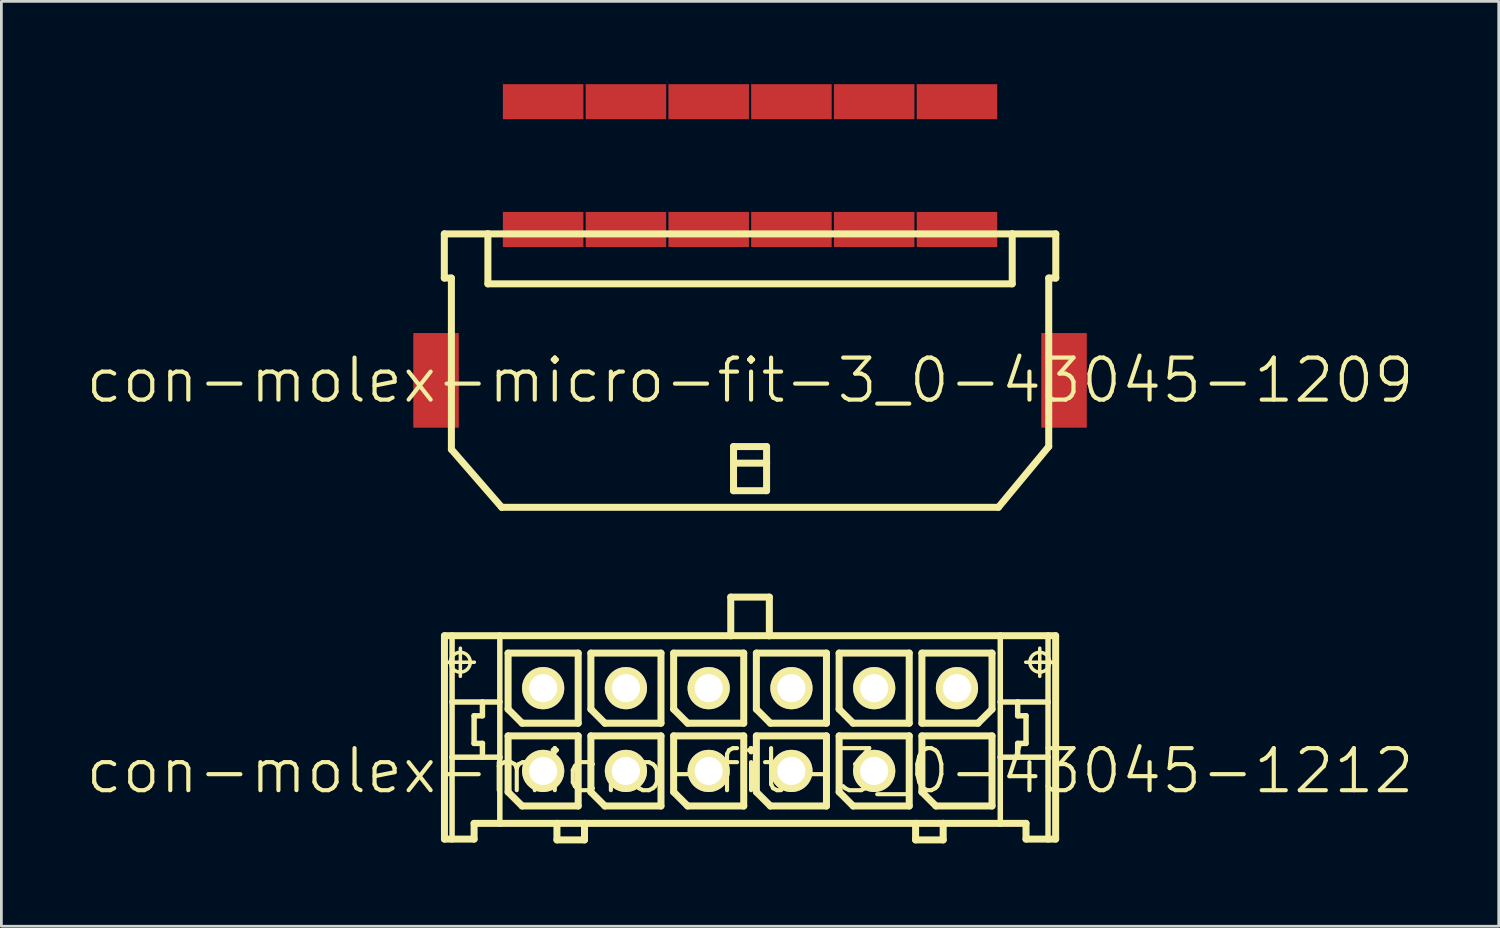
<source format=kicad_pcb>
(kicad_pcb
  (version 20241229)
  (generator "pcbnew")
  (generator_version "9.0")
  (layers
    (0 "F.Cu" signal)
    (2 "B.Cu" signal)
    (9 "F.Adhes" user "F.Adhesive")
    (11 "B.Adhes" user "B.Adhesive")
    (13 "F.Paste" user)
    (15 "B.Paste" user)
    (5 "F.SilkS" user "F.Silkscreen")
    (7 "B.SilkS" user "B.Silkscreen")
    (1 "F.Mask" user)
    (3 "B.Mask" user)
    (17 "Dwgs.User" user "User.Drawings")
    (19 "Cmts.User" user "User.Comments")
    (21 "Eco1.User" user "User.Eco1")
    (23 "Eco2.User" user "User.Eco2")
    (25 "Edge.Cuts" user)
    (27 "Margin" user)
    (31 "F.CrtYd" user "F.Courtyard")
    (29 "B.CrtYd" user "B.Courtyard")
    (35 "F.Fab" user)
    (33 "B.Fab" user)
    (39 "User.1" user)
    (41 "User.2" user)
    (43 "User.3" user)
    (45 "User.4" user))
  (footprint "con-molex-micro-fit-3_0-43045-1209"
    (layer "F.Cu")
    (at 24.13 10.734)
    (property "Reference" "con-molex-micro-fit-3_0-43045-1209" (at 0 0 0) (layer "F.SilkS") (effects (font (size 1.524 1.524) (thickness 0.15))))
    (attr smd)
    (fp_line (start -11.079 -5.309) (end -11.079 -3.708) (stroke (width 0.254) (type solid)) (layer "F.SilkS"))
    (fp_line (start -11.079 -3.708) (end -10.823 -3.708) (stroke (width 0.254) (type solid)) (layer "F.SilkS"))
    (fp_line (start -10.823 2.499) (end -10.823 -3.708) (stroke (width 0.254) (type solid)) (layer "F.SilkS"))
    (fp_line (start -10.823 2.499) (end -8.999 4.6) (stroke (width 0.254) (type solid)) (layer "F.SilkS"))
    (fp_line (start -9.5 -5.309) (end -11.079 -5.309) (stroke (width 0.254) (type solid)) (layer "F.SilkS"))
    (fp_line (start -9.5 -5.309) (end -9.5 -3.498) (stroke (width 0.254) (type solid)) (layer "F.SilkS"))
    (fp_line (start -9.5 -5.309) (end 9.5 -5.309) (stroke (width 0.254) (type solid)) (layer "F.SilkS"))
    (fp_line (start -9.5 -3.498) (end 9.5 -3.498) (stroke (width 0.254) (type solid)) (layer "F.SilkS"))
    (fp_line (start -4.829 -5.309) (end -9.5 -5.309) (stroke (width 0.127) (type solid)) (layer "F.SilkS"))
    (fp_line (start -4.823 -5.309) (end -9.5 -5.309) (stroke (width 0.127) (type solid)) (layer "F.SilkS"))
    (fp_line (start -0.599 2.398) (end 0.599 2.398) (stroke (width 0.254) (type solid)) (layer "F.SilkS"))
    (fp_line (start -0.599 3) (end -0.599 2.398) (stroke (width 0.254) (type solid)) (layer "F.SilkS"))
    (fp_line (start -0.599 3) (end 0.599 3) (stroke (width 0.254) (type solid)) (layer "F.SilkS"))
    (fp_line (start -0.599 3.998) (end -0.599 3) (stroke (width 0.254) (type solid)) (layer "F.SilkS"))
    (fp_line (start 0.599 2.398) (end 0.599 3) (stroke (width 0.254) (type solid)) (layer "F.SilkS"))
    (fp_line (start 0.599 3) (end 0.599 3.998) (stroke (width 0.254) (type solid)) (layer "F.SilkS"))
    (fp_line (start 0.599 3.998) (end -0.599 3.998) (stroke (width 0.254) (type solid)) (layer "F.SilkS"))
    (fp_line (start 8.999 4.6) (end -8.999 4.6) (stroke (width 0.254) (type solid)) (layer "F.SilkS"))
    (fp_line (start 9.5 -5.309) (end 11.079 -5.309) (stroke (width 0.254) (type solid)) (layer "F.SilkS"))
    (fp_line (start 9.5 -3.498) (end 9.5 -5.309) (stroke (width 0.254) (type solid)) (layer "F.SilkS"))
    (fp_line (start 10.823 -3.708) (end 10.823 2.398) (stroke (width 0.254) (type solid)) (layer "F.SilkS"))
    (fp_line (start 10.823 2.398) (end 8.999 4.6) (stroke (width 0.254) (type solid)) (layer "F.SilkS"))
    (fp_line (start 11.079 -5.309) (end 11.079 -3.708) (stroke (width 0.254) (type solid)) (layer "F.SilkS"))
    (fp_line (start 11.079 -3.708) (end 10.823 -3.708) (stroke (width 0.254) (type solid)) (layer "F.SilkS"))
    (pad "P$1" smd rect (at 7.498 -5.469) (size 2.918 1.27) (layers "F.Cu" "F.Mask" "F.Paste"))
    (pad "P$2" smd rect (at 4.498 -5.469) (size 2.918 1.27) (layers "F.Cu" "F.Mask" "F.Paste"))
    (pad "P$3" smd rect (at 1.499 -5.469) (size 2.918 1.27) (layers "F.Cu" "F.Mask" "F.Paste"))
    (pad "P$4" smd rect (at -1.499 -5.469) (size 2.918 1.27) (layers "F.Cu" "F.Mask" "F.Paste"))
    (pad "P$5" smd rect (at -4.498 -5.469) (size 2.918 1.27) (layers "F.Cu" "F.Mask" "F.Paste"))
    (pad "P$6" smd rect (at -7.498 -5.469) (size 2.918 1.27) (layers "F.Cu" "F.Mask" "F.Paste"))
    (pad "P$7" smd rect (at 7.498 -10.099) (size 2.918 1.27) (layers "F.Cu" "F.Mask" "F.Paste"))
    (pad "P$8" smd rect (at 4.498 -10.099) (size 2.918 1.27) (layers "F.Cu" "F.Mask" "F.Paste"))
    (pad "P$9" smd rect (at 1.499 -10.099) (size 2.918 1.27) (layers "F.Cu" "F.Mask" "F.Paste"))
    (pad "P$10" smd rect (at -1.499 -10.099) (size 2.918 1.27) (layers "F.Cu" "F.Mask" "F.Paste"))
    (pad "P$11" smd rect (at -4.498 -10.099) (size 2.918 1.27) (layers "F.Cu" "F.Mask" "F.Paste"))
    (pad "P$12" smd rect (at -7.498 -10.099) (size 2.918 1.27) (layers "F.Cu" "F.Mask" "F.Paste"))
    (pad "TAB1" smd rect (at -11.379 0) (size 1.648 3.429) (layers "F.Cu" "F.Mask" "F.Paste"))
    (pad "TAB2" smd rect (at 11.379 0) (size 1.648 3.429) (layers "F.Cu" "F.Mask" "F.Paste")))
  (footprint "con-molex-micro-fit-3_0-43045-1212"
    (layer "F.Cu")
    (at 24.13 24.887)
    (property "Reference" "con-molex-micro-fit-3_0-43045-1212" (at 0 0 0) (layer "F.SilkS") (effects (font (size 1.524 1.524) (thickness 0.15))))
    (attr exclude_from_pos_files exclude_from_bom)
    (fp_line (start -11.074 -4.9) (end -10.798 -4.9) (stroke (width 0.254) (type solid)) (layer "F.SilkS"))
    (fp_line (start -11.074 2.469) (end -11.074 -4.9) (stroke (width 0.254) (type solid)) (layer "F.SilkS"))
    (fp_line (start -11.008 -3.94) (end -9.99 -3.94) (stroke (width 0.127) (type solid)) (layer "F.SilkS"))
    (fp_line (start -10.798 -4.9) (end -9.068 -4.9) (stroke (width 0.254) (type solid)) (layer "F.SilkS"))
    (fp_line (start -10.798 -2.499) (end -10.798 -4.9) (stroke (width 0.198) (type solid)) (layer "F.SilkS"))
    (fp_line (start -10.798 -0.498) (end -10.798 -2.499) (stroke (width 0.198) (type solid)) (layer "F.SilkS"))
    (fp_line (start -10.798 2.469) (end -11.074 2.469) (stroke (width 0.254) (type solid)) (layer "F.SilkS"))
    (fp_line (start -10.798 2.469) (end -10.798 -0.498) (stroke (width 0.198) (type solid)) (layer "F.SilkS"))
    (fp_line (start -10.498 -3.429) (end -10.498 -4.448) (stroke (width 0.127) (type solid)) (layer "F.SilkS"))
    (fp_line (start -10 -1.999) (end -10 -0.998) (stroke (width 0.198) (type solid)) (layer "F.SilkS"))
    (fp_line (start -10 -0.998) (end -9.698 -0.998) (stroke (width 0.198) (type solid)) (layer "F.SilkS"))
    (fp_line (start -10 1.9) (end -10 2.469) (stroke (width 0.254) (type solid)) (layer "F.SilkS"))
    (fp_line (start -10 2.469) (end -10.798 2.469) (stroke (width 0.254) (type solid)) (layer "F.SilkS"))
    (fp_line (start -9.698 -2.499) (end -10.798 -2.499) (stroke (width 0.198) (type solid)) (layer "F.SilkS"))
    (fp_line (start -9.698 -2.499) (end -9.698 -1.999) (stroke (width 0.198) (type solid)) (layer "F.SilkS"))
    (fp_line (start -9.698 -1.999) (end -10 -1.999) (stroke (width 0.198) (type solid)) (layer "F.SilkS"))
    (fp_line (start -9.698 -0.998) (end -9.698 -0.498) (stroke (width 0.198) (type solid)) (layer "F.SilkS"))
    (fp_line (start -9.698 -0.498) (end -10.798 -0.498) (stroke (width 0.198) (type solid)) (layer "F.SilkS"))
    (fp_line (start -9.068 -4.9) (end -0.699 -4.9) (stroke (width 0.254) (type solid)) (layer "F.SilkS"))
    (fp_line (start -9.068 -2.499) (end -9.698 -2.499) (stroke (width 0.198) (type solid)) (layer "F.SilkS"))
    (fp_line (start -9.068 -2.499) (end -9.068 -4.9) (stroke (width 0.198) (type solid)) (layer "F.SilkS"))
    (fp_line (start -9.068 -0.498) (end -9.698 -0.498) (stroke (width 0.198) (type solid)) (layer "F.SilkS"))
    (fp_line (start -9.068 -0.498) (end -9.068 -2.499) (stroke (width 0.198) (type solid)) (layer "F.SilkS"))
    (fp_line (start -9.068 1.9) (end -10 1.9) (stroke (width 0.254) (type solid)) (layer "F.SilkS"))
    (fp_line (start -9.068 1.9) (end -9.068 -0.498) (stroke (width 0.198) (type solid)) (layer "F.SilkS"))
    (fp_line (start -8.768 -4.27) (end -6.228 -4.27) (stroke (width 0.254) (type solid)) (layer "F.SilkS"))
    (fp_line (start -8.768 -2.238) (end -8.768 -4.27) (stroke (width 0.254) (type solid)) (layer "F.SilkS"))
    (fp_line (start -8.768 -1.27) (end -6.228 -1.27) (stroke (width 0.254) (type solid)) (layer "F.SilkS"))
    (fp_line (start -8.768 0.762) (end -8.768 -1.27) (stroke (width 0.254) (type solid)) (layer "F.SilkS"))
    (fp_line (start -8.26 -1.73) (end -8.768 -2.238) (stroke (width 0.254) (type solid)) (layer "F.SilkS"))
    (fp_line (start -8.26 1.27) (end -8.768 0.762) (stroke (width 0.254) (type solid)) (layer "F.SilkS"))
    (fp_line (start -6.998 1.9) (end -9.068 1.9) (stroke (width 0.254) (type solid)) (layer "F.SilkS"))
    (fp_line (start -6.998 1.9) (end -6.998 2.499) (stroke (width 0.254) (type solid)) (layer "F.SilkS"))
    (fp_line (start -6.998 2.499) (end -5.999 2.499) (stroke (width 0.254) (type solid)) (layer "F.SilkS"))
    (fp_line (start -6.228 -4.27) (end -6.228 -1.73) (stroke (width 0.254) (type solid)) (layer "F.SilkS"))
    (fp_line (start -6.228 -1.73) (end -8.26 -1.73) (stroke (width 0.254) (type solid)) (layer "F.SilkS"))
    (fp_line (start -6.228 -1.27) (end -6.228 1.27) (stroke (width 0.254) (type solid)) (layer "F.SilkS"))
    (fp_line (start -6.228 1.27) (end -8.26 1.27) (stroke (width 0.254) (type solid)) (layer "F.SilkS"))
    (fp_line (start -5.999 1.9) (end -6.998 1.9) (stroke (width 0.254) (type solid)) (layer "F.SilkS"))
    (fp_line (start -5.999 2.499) (end -5.999 1.9) (stroke (width 0.254) (type solid)) (layer "F.SilkS"))
    (fp_line (start -5.768 -4.27) (end -3.228 -4.27) (stroke (width 0.254) (type solid)) (layer "F.SilkS"))
    (fp_line (start -5.768 -2.238) (end -5.768 -4.27) (stroke (width 0.254) (type solid)) (layer "F.SilkS"))
    (fp_line (start -5.768 -1.27) (end -3.228 -1.27) (stroke (width 0.254) (type solid)) (layer "F.SilkS"))
    (fp_line (start -5.768 0.762) (end -5.768 -1.27) (stroke (width 0.254) (type solid)) (layer "F.SilkS"))
    (fp_line (start -5.26 -1.73) (end -5.768 -2.238) (stroke (width 0.254) (type solid)) (layer "F.SilkS"))
    (fp_line (start -5.26 1.27) (end -5.768 0.762) (stroke (width 0.254) (type solid)) (layer "F.SilkS"))
    (fp_line (start -3.228 -4.27) (end -3.228 -1.73) (stroke (width 0.254) (type solid)) (layer "F.SilkS"))
    (fp_line (start -3.228 -1.73) (end -5.26 -1.73) (stroke (width 0.254) (type solid)) (layer "F.SilkS"))
    (fp_line (start -3.228 -1.27) (end -3.228 1.27) (stroke (width 0.254) (type solid)) (layer "F.SilkS"))
    (fp_line (start -3.228 1.27) (end -5.26 1.27) (stroke (width 0.254) (type solid)) (layer "F.SilkS"))
    (fp_line (start -2.769 -4.27) (end -0.229 -4.27) (stroke (width 0.254) (type solid)) (layer "F.SilkS"))
    (fp_line (start -2.769 -2.238) (end -2.769 -4.27) (stroke (width 0.254) (type solid)) (layer "F.SilkS"))
    (fp_line (start -2.769 -1.27) (end -0.229 -1.27) (stroke (width 0.254) (type solid)) (layer "F.SilkS"))
    (fp_line (start -2.769 0.762) (end -2.769 -1.27) (stroke (width 0.254) (type solid)) (layer "F.SilkS"))
    (fp_line (start -2.261 -1.73) (end -2.769 -2.238) (stroke (width 0.254) (type solid)) (layer "F.SilkS"))
    (fp_line (start -2.261 1.27) (end -2.769 0.762) (stroke (width 0.254) (type solid)) (layer "F.SilkS"))
    (fp_line (start -0.699 -6.299) (end -0.699 -4.9) (stroke (width 0.254) (type solid)) (layer "F.SilkS"))
    (fp_line (start -0.699 -6.299) (end 0.699 -6.299) (stroke (width 0.254) (type solid)) (layer "F.SilkS"))
    (fp_line (start -0.699 -4.9) (end 0.699 -4.9) (stroke (width 0.254) (type solid)) (layer "F.SilkS"))
    (fp_line (start -0.229 -4.27) (end -0.229 -1.73) (stroke (width 0.254) (type solid)) (layer "F.SilkS"))
    (fp_line (start -0.229 -1.73) (end -2.261 -1.73) (stroke (width 0.254) (type solid)) (layer "F.SilkS"))
    (fp_line (start -0.229 -1.27) (end -0.229 1.27) (stroke (width 0.254) (type solid)) (layer "F.SilkS"))
    (fp_line (start -0.229 1.27) (end -2.261 1.27) (stroke (width 0.254) (type solid)) (layer "F.SilkS"))
    (fp_line (start 0.229 -4.27) (end 2.769 -4.27) (stroke (width 0.254) (type solid)) (layer "F.SilkS"))
    (fp_line (start 0.229 -2.238) (end 0.229 -4.27) (stroke (width 0.254) (type solid)) (layer "F.SilkS"))
    (fp_line (start 0.229 -1.27) (end 2.769 -1.27) (stroke (width 0.254) (type solid)) (layer "F.SilkS"))
    (fp_line (start 0.229 0.762) (end 0.229 -1.27) (stroke (width 0.254) (type solid)) (layer "F.SilkS"))
    (fp_line (start 0.699 -6.299) (end 0.699 -4.9) (stroke (width 0.254) (type solid)) (layer "F.SilkS"))
    (fp_line (start 0.699 -4.9) (end 9.068 -4.9) (stroke (width 0.254) (type solid)) (layer "F.SilkS"))
    (fp_line (start 0.737 -1.73) (end 0.229 -2.238) (stroke (width 0.254) (type solid)) (layer "F.SilkS"))
    (fp_line (start 0.737 1.27) (end 0.229 0.762) (stroke (width 0.254) (type solid)) (layer "F.SilkS"))
    (fp_line (start 2.769 -4.27) (end 2.769 -1.73) (stroke (width 0.254) (type solid)) (layer "F.SilkS"))
    (fp_line (start 2.769 -1.73) (end 0.737 -1.73) (stroke (width 0.254) (type solid)) (layer "F.SilkS"))
    (fp_line (start 2.769 -1.27) (end 2.769 1.27) (stroke (width 0.254) (type solid)) (layer "F.SilkS"))
    (fp_line (start 2.769 1.27) (end 0.737 1.27) (stroke (width 0.254) (type solid)) (layer "F.SilkS"))
    (fp_line (start 3.228 -4.27) (end 5.768 -4.27) (stroke (width 0.254) (type solid)) (layer "F.SilkS"))
    (fp_line (start 3.228 -2.238) (end 3.228 -4.27) (stroke (width 0.254) (type solid)) (layer "F.SilkS"))
    (fp_line (start 3.228 -1.27) (end 5.768 -1.27) (stroke (width 0.254) (type solid)) (layer "F.SilkS"))
    (fp_line (start 3.228 0.762) (end 3.228 -1.27) (stroke (width 0.254) (type solid)) (layer "F.SilkS"))
    (fp_line (start 3.736 -1.73) (end 3.228 -2.238) (stroke (width 0.254) (type solid)) (layer "F.SilkS"))
    (fp_line (start 3.736 1.27) (end 3.228 0.762) (stroke (width 0.254) (type solid)) (layer "F.SilkS"))
    (fp_line (start 5.768 -4.27) (end 5.768 -1.73) (stroke (width 0.254) (type solid)) (layer "F.SilkS"))
    (fp_line (start 5.768 -1.73) (end 3.736 -1.73) (stroke (width 0.254) (type solid)) (layer "F.SilkS"))
    (fp_line (start 5.768 -1.27) (end 5.768 1.27) (stroke (width 0.254) (type solid)) (layer "F.SilkS"))
    (fp_line (start 5.768 1.27) (end 3.736 1.27) (stroke (width 0.254) (type solid)) (layer "F.SilkS"))
    (fp_line (start 5.999 1.9) (end -5.999 1.9) (stroke (width 0.254) (type solid)) (layer "F.SilkS"))
    (fp_line (start 5.999 1.9) (end 5.999 2.499) (stroke (width 0.254) (type solid)) (layer "F.SilkS"))
    (fp_line (start 5.999 2.499) (end 6.998 2.499) (stroke (width 0.254) (type solid)) (layer "F.SilkS"))
    (fp_line (start 6.228 -4.27) (end 6.228 -1.73) (stroke (width 0.254) (type solid)) (layer "F.SilkS"))
    (fp_line (start 6.228 -1.73) (end 8.26 -1.73) (stroke (width 0.254) (type solid)) (layer "F.SilkS"))
    (fp_line (start 6.228 -1.27) (end 8.768 -1.27) (stroke (width 0.254) (type solid)) (layer "F.SilkS"))
    (fp_line (start 6.228 0.762) (end 6.228 -1.27) (stroke (width 0.254) (type solid)) (layer "F.SilkS"))
    (fp_line (start 6.736 1.27) (end 6.228 0.762) (stroke (width 0.254) (type solid)) (layer "F.SilkS"))
    (fp_line (start 6.998 1.9) (end 5.999 1.9) (stroke (width 0.254) (type solid)) (layer "F.SilkS"))
    (fp_line (start 6.998 2.499) (end 6.998 1.9) (stroke (width 0.254) (type solid)) (layer "F.SilkS"))
    (fp_line (start 8.26 -1.73) (end 8.768 -2.238) (stroke (width 0.254) (type solid)) (layer "F.SilkS"))
    (fp_line (start 8.768 -4.27) (end 6.228 -4.27) (stroke (width 0.254) (type solid)) (layer "F.SilkS"))
    (fp_line (start 8.768 -2.238) (end 8.768 -4.27) (stroke (width 0.254) (type solid)) (layer "F.SilkS"))
    (fp_line (start 8.768 -1.27) (end 8.768 1.27) (stroke (width 0.254) (type solid)) (layer "F.SilkS"))
    (fp_line (start 8.768 1.27) (end 6.736 1.27) (stroke (width 0.254) (type solid)) (layer "F.SilkS"))
    (fp_line (start 9.068 -4.9) (end 9.068 -2.499) (stroke (width 0.198) (type solid)) (layer "F.SilkS"))
    (fp_line (start 9.068 -4.9) (end 10.798 -4.9) (stroke (width 0.254) (type solid)) (layer "F.SilkS"))
    (fp_line (start 9.068 -2.499) (end 9.068 -0.498) (stroke (width 0.198) (type solid)) (layer "F.SilkS"))
    (fp_line (start 9.068 -2.499) (end 9.698 -2.499) (stroke (width 0.198) (type solid)) (layer "F.SilkS"))
    (fp_line (start 9.068 -0.498) (end 9.068 1.9) (stroke (width 0.198) (type solid)) (layer "F.SilkS"))
    (fp_line (start 9.068 -0.498) (end 9.698 -0.498) (stroke (width 0.198) (type solid)) (layer "F.SilkS"))
    (fp_line (start 9.068 1.9) (end 6.998 1.9) (stroke (width 0.254) (type solid)) (layer "F.SilkS"))
    (fp_line (start 9.698 -2.499) (end 9.698 -1.999) (stroke (width 0.198) (type solid)) (layer "F.SilkS"))
    (fp_line (start 9.698 -2.499) (end 10.798 -2.499) (stroke (width 0.198) (type solid)) (layer "F.SilkS"))
    (fp_line (start 9.698 -1.999) (end 10 -1.999) (stroke (width 0.198) (type solid)) (layer "F.SilkS"))
    (fp_line (start 9.698 -0.998) (end 9.698 -0.498) (stroke (width 0.198) (type solid)) (layer "F.SilkS"))
    (fp_line (start 9.698 -0.498) (end 10.798 -0.498) (stroke (width 0.198) (type solid)) (layer "F.SilkS"))
    (fp_line (start 9.99 -3.94) (end 11.008 -3.94) (stroke (width 0.127) (type solid)) (layer "F.SilkS"))
    (fp_line (start 10 -1.999) (end 10 -0.998) (stroke (width 0.198) (type solid)) (layer "F.SilkS"))
    (fp_line (start 10 -0.998) (end 9.698 -0.998) (stroke (width 0.198) (type solid)) (layer "F.SilkS"))
    (fp_line (start 10 1.9) (end 9.068 1.9) (stroke (width 0.254) (type solid)) (layer "F.SilkS"))
    (fp_line (start 10 2.469) (end 10 1.9) (stroke (width 0.254) (type solid)) (layer "F.SilkS"))
    (fp_line (start 10 2.469) (end 10.798 2.469) (stroke (width 0.254) (type solid)) (layer "F.SilkS"))
    (fp_line (start 10.498 -3.429) (end 10.498 -4.448) (stroke (width 0.127) (type solid)) (layer "F.SilkS"))
    (fp_line (start 10.798 -4.9) (end 11.074 -4.9) (stroke (width 0.254) (type solid)) (layer "F.SilkS"))
    (fp_line (start 10.798 -2.499) (end 10.798 -4.9) (stroke (width 0.198) (type solid)) (layer "F.SilkS"))
    (fp_line (start 10.798 -0.498) (end 10.798 -2.499) (stroke (width 0.198) (type solid)) (layer "F.SilkS"))
    (fp_line (start 10.798 2.469) (end 10.798 -0.498) (stroke (width 0.198) (type solid)) (layer "F.SilkS"))
    (fp_line (start 10.798 2.469) (end 11.074 2.469) (stroke (width 0.254) (type solid)) (layer "F.SilkS"))
    (fp_line (start 11.074 -4.9) (end 11.074 2.469) (stroke (width 0.254) (type solid)) (layer "F.SilkS"))
    (fp_circle (center -10.498 -3.94) (end -10.752 -4.194) (stroke (width 0.127) (type solid)) (fill no) (layer "F.SilkS"))
    (fp_circle (center 10.498 -3.94) (end 10.752 -4.194) (stroke (width 0.127) (type solid)) (fill no) (layer "F.SilkS"))
    (pad "P$1" thru_hole rect (at 7.498 0) (size 0.001 0.001) (drill 1.019) (layers "*.Cu" "F.Mask" "F.SilkS" "F.Paste"))
    (pad "P$2" thru_hole circle (at 4.498 0) (size 1.529 1.529) (drill 1.019) (layers "*.Cu" "F.Mask" "F.SilkS" "F.Paste"))
    (pad "P$3" thru_hole circle (at 1.499 0) (size 1.529 1.529) (drill 1.019) (layers "*.Cu" "F.Mask" "F.SilkS" "F.Paste"))
    (pad "P$4" thru_hole circle (at -1.499 0) (size 1.529 1.529) (drill 1.019) (layers "*.Cu" "F.Mask" "F.SilkS" "F.Paste"))
    (pad "P$5" thru_hole circle (at -4.498 0) (size 1.529 1.529) (drill 1.019) (layers "*.Cu" "F.Mask" "F.SilkS" "F.Paste"))
    (pad "P$6" thru_hole circle (at -7.498 0) (size 1.529 1.529) (drill 1.019) (layers "*.Cu" "F.Mask" "F.SilkS" "F.Paste"))
    (pad "P$7" thru_hole circle (at 7.498 -3) (size 1.529 1.529) (drill 1.019) (layers "*.Cu" "F.Mask" "F.SilkS" "F.Paste"))
    (pad "P$8" thru_hole circle (at 4.498 -3) (size 1.529 1.529) (drill 1.019) (layers "*.Cu" "F.Mask" "F.SilkS" "F.Paste"))
    (pad "P$9" thru_hole circle (at 1.499 -3) (size 1.529 1.529) (drill 1.019) (layers "*.Cu" "F.Mask" "F.SilkS" "F.Paste"))
    (pad "P$10" thru_hole circle (at -1.499 -3) (size 1.529 1.529) (drill 1.019) (layers "*.Cu" "F.Mask" "F.SilkS" "F.Paste"))
    (pad "P$11" thru_hole circle (at -4.498 -3) (size 1.529 1.529) (drill 1.019) (layers "*.Cu" "F.Mask" "F.SilkS" "F.Paste"))
    (pad "P$12" thru_hole circle (at -7.498 -3) (size 1.529 1.529) (drill 1.019) (layers "*.Cu" "F.Mask" "F.SilkS" "F.Paste")))
  (gr_rect
    (start -3 -3)
    (end 51.26 30.514)
    (stroke (width 0.1) (type default))
    (fill no)
    (layer "Edge.Cuts")))
</source>
